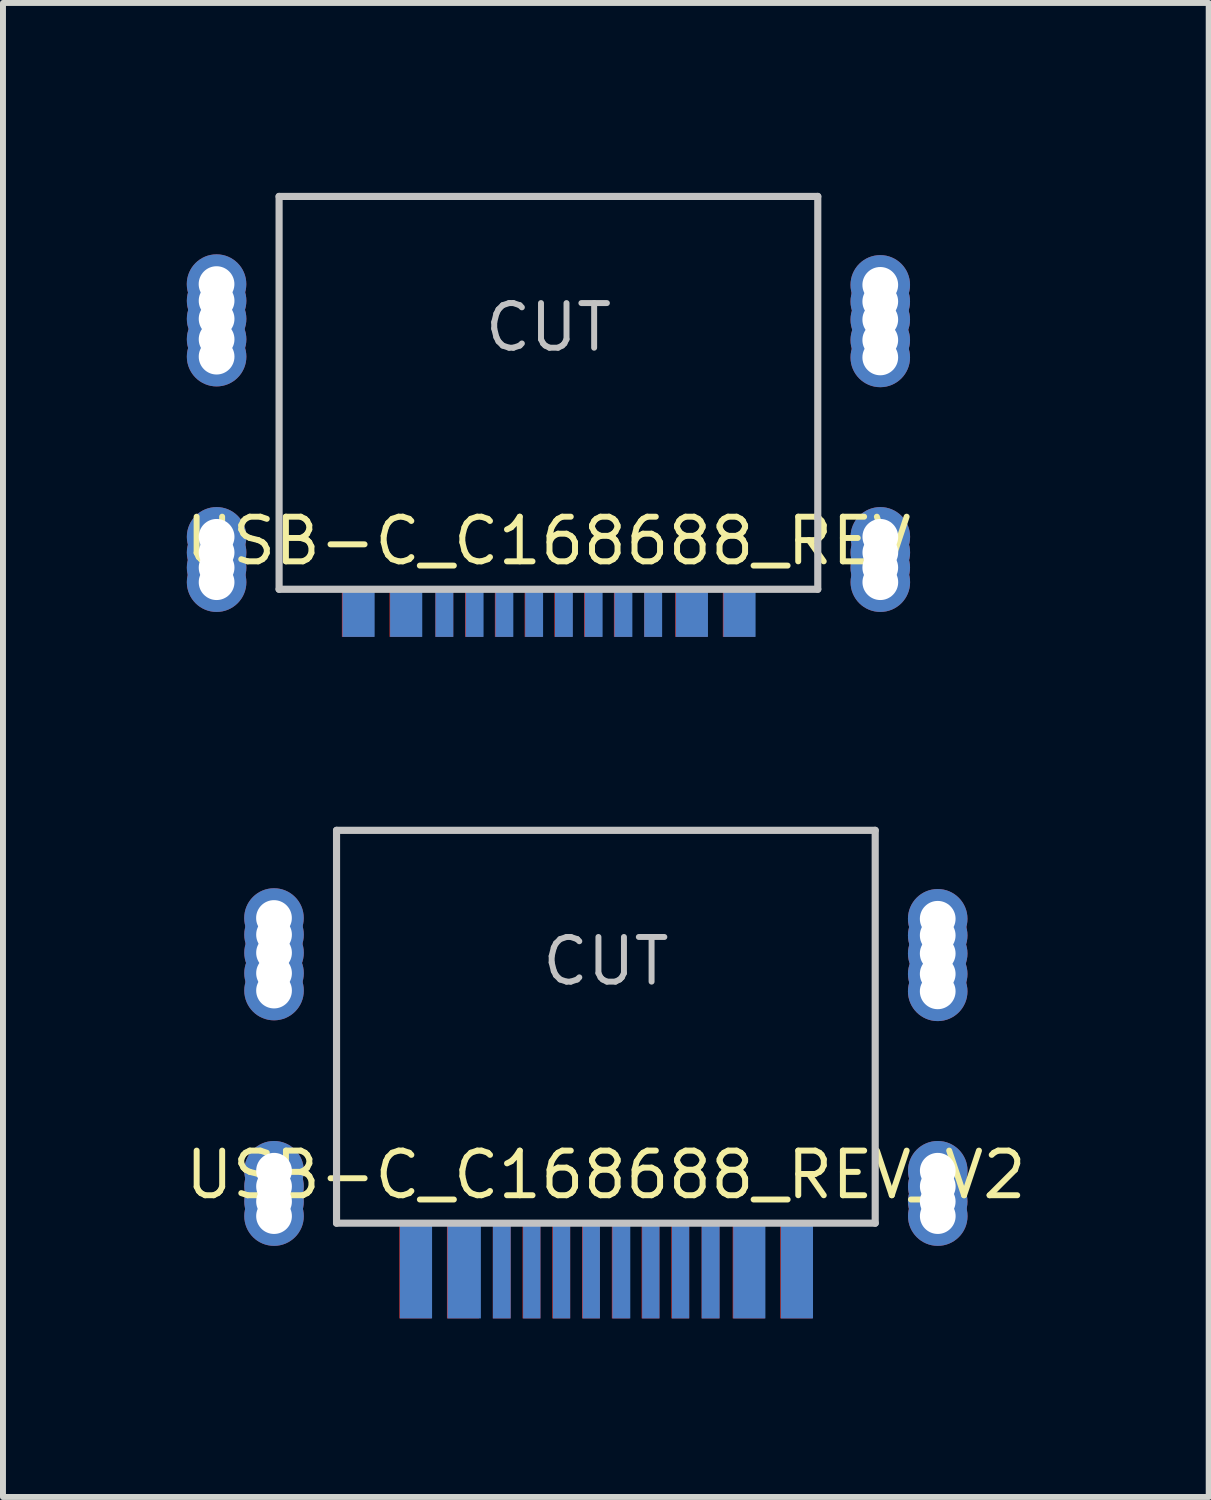
<source format=kicad_pcb>
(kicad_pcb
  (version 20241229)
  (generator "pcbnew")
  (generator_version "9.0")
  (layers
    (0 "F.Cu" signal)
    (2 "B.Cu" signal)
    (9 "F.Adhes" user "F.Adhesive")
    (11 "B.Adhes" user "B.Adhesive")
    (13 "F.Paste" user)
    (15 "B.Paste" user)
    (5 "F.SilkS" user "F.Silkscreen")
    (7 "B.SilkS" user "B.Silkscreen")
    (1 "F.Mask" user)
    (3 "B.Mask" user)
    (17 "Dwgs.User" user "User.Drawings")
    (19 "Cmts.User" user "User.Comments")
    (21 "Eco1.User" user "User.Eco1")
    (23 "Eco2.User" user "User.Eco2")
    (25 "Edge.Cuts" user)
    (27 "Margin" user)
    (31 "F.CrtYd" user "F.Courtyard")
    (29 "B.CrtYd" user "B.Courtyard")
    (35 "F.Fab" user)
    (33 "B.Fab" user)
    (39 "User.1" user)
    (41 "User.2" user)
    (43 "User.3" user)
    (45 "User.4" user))
  (footprint "USB-C_C168688_REV"
    (layer "F.Cu")
    (at 6.164 0.25)
    (property "Reference" "USB-C_C168688_REV" (at 0 5.789 180) (layer "F.SilkS") (effects (font (size 0.75 0.75) (thickness 0.1))))
    (attr smd)
    (fp_line (start -4.525 0) (end -4.525 6.6) (stroke (width 0.12) (type solid)) (layer "Dwgs.User"))
    (fp_line (start -4.525 0) (end 4.525 0) (stroke (width 0.12) (type solid)) (layer "Dwgs.User"))
    (fp_line (start -4.525 6.6) (end 4.525 6.6) (stroke (width 0.12) (type solid)) (layer "Dwgs.User"))
    (fp_line (start 4.525 0) (end 4.525 6.6) (stroke (width 0.12) (type solid)) (layer "Dwgs.User"))
    (fp_text user "CUT" (at 0 2.2 180) (layer "Dwgs.User") (effects (font (size 0.75 0.75) (thickness 0.1))))
    (pad "A1" smd rect (at -3.2 7) (size 0.54 0.8) (layers "F.Cu" "F.Mask" "F.Paste"))
    (pad "A1" smd rect (at -3.19 7) (size 0.54 0.8) (layers "B.Cu" "B.Mask" "B.Paste"))
    (pad "A1" smd rect (at 3.2 7) (size 0.54 0.8) (layers "F.Cu" "F.Mask" "F.Paste"))
    (pad "A1" smd rect (at 3.21 7) (size 0.54 0.8) (layers "B.Cu" "B.Mask" "B.Paste"))
    (pad "A4" smd rect (at -2.4 7) (size 0.54 0.8) (layers "F.Cu" "F.Mask" "F.Paste"))
    (pad "A4" smd rect (at -2.39 7) (size 0.54 0.8) (layers "B.Cu" "B.Mask" "B.Paste"))
    (pad "A4" smd rect (at 2.4 7) (size 0.54 0.8) (layers "F.Cu" "F.Mask" "F.Paste"))
    (pad "A4" smd rect (at 2.41 7) (size 0.54 0.8) (layers "B.Cu" "B.Mask" "B.Paste"))
    (pad "A5" smd rect (at -1.24 7) (size 0.3 0.8) (layers "B.Cu" "B.Mask" "B.Paste"))
    (pad "A5" smd rect (at 1.25 7) (size 0.3 0.8) (layers "F.Cu" "F.Mask" "F.Paste"))
    (pad "A6" smd rect (at -0.24 7) (size 0.3 0.8) (layers "B.Cu" "B.Mask" "B.Paste"))
    (pad "A6" smd rect (at 0.25 7) (size 0.3 0.8) (layers "F.Cu" "F.Mask" "F.Paste"))
    (pad "A7" smd rect (at -0.25 7) (size 0.3 0.8) (layers "F.Cu" "F.Mask" "F.Paste"))
    (pad "A7" smd rect (at 0.26 7) (size 0.3 0.8) (layers "B.Cu" "B.Mask" "B.Paste"))
    (pad "A8" smd rect (at -1.25 7) (size 0.3 0.8) (layers "F.Cu" "F.Mask" "F.Paste"))
    (pad "A8" smd rect (at 1.26 7) (size 0.3 0.8) (layers "B.Cu" "B.Mask" "B.Paste"))
    (pad "B5" smd rect (at -1.75 7) (size 0.3 0.8) (layers "F.Cu" "F.Mask" "F.Paste"))
    (pad "B5" smd rect (at 1.76 7) (size 0.3 0.8) (layers "B.Cu" "B.Mask" "B.Paste"))
    (pad "B6" smd rect (at -0.75 7) (size 0.3 0.8) (layers "F.Cu" "F.Mask" "F.Paste"))
    (pad "B6" smd rect (at 0.76 7) (size 0.3 0.8) (layers "B.Cu" "B.Mask" "B.Paste"))
    (pad "B7" smd rect (at -0.74 7) (size 0.3 0.8) (layers "B.Cu" "B.Mask" "B.Paste"))
    (pad "B7" smd rect (at 0.75 7) (size 0.3 0.8) (layers "F.Cu" "F.Mask" "F.Paste"))
    (pad "B8" smd rect (at -1.748 7) (size 0.3 0.8) (layers "B.Cu" "B.Mask" "B.Paste"))
    (pad "B8" smd rect (at 1.758 7) (size 0.3 0.8) (layers "F.Cu" "F.Mask" "F.Paste"))
    (pad "S1" thru_hole circle (at -5.576 1.473) (size 1 1) (drill 0.6) (layers "*.Cu" "*.Mask"))
    (pad "S1" thru_hole circle (at -5.575 1.753) (size 1 1) (drill 0.6) (layers "*.Cu" "*.Mask"))
    (pad "S1" thru_hole circle (at -5.575 2.057) (size 1 1) (drill 0.6) (layers "*.Cu" "*.Mask"))
    (pad "S1" thru_hole circle (at -5.575 2.4) (size 1 1) (drill 0.6) (layers "*.Cu" "*.Mask"))
    (pad "S1" thru_hole circle (at -5.575 2.692) (size 1 1) (drill 0.6) (layers "*.Cu" "*.Mask"))
    (pad "S1" thru_hole circle (at -5.575 6.236) (size 1 1) (drill 0.6) (layers "*.Cu" "*.Mask"))
    (pad "S1" thru_hole circle (at -5.575 5.719) (size 1 1) (drill 0.6) (layers "*.Cu" "*.Mask"))
    (pad "S1" thru_hole circle (at -5.575 5.982) (size 1 1) (drill 0.6) (layers "*.Cu" "*.Mask"))
    (pad "S1" thru_hole circle (at -5.575 6.481) (size 1 1) (drill 0.6) (layers "*.Cu" "*.Mask"))
    (pad "S1" thru_hole circle (at 5.575 1.486) (size 1 1) (drill 0.6) (layers "*.Cu" "*.Mask"))
    (pad "S1" thru_hole circle (at 5.575 1.765) (size 1 1) (drill 0.6) (layers "*.Cu" "*.Mask"))
    (pad "S1" thru_hole circle (at 5.575 2.07) (size 1 1) (drill 0.6) (layers "*.Cu" "*.Mask"))
    (pad "S1" thru_hole circle (at 5.575 2.413) (size 1 1) (drill 0.6) (layers "*.Cu" "*.Mask"))
    (pad "S1" thru_hole circle (at 5.575 2.705) (size 1 1) (drill 0.6) (layers "*.Cu" "*.Mask"))
    (pad "S1" thru_hole circle (at 5.575 6.236) (size 1 1) (drill 0.6) (layers "*.Cu" "*.Mask"))
    (pad "S1" thru_hole circle (at 5.576 5.719) (size 1 1) (drill 0.6) (layers "*.Cu" "*.Mask"))
    (pad "S1" thru_hole circle (at 5.576 5.982) (size 1 1) (drill 0.6) (layers "*.Cu" "*.Mask"))
    (pad "S1" thru_hole circle (at 5.576 6.481) (size 1 1) (drill 0.6) (layers "*.Cu" "*.Mask")))
  (footprint "USB-C_C168688_REV_V2"
    (layer "F.Cu")
    (at 7.129 10.9)
    (property "Reference" "USB-C_C168688_REV_V2" (at 0 5.789 180) (layer "F.SilkS") (effects (font (size 0.75 0.75) (thickness 0.1))))
    (attr smd)
    (fp_line (start -4.525 0) (end -4.525 6.6) (stroke (width 0.12) (type solid)) (layer "Dwgs.User"))
    (fp_line (start -4.525 0) (end 4.525 0) (stroke (width 0.12) (type solid)) (layer "Dwgs.User"))
    (fp_line (start -4.525 6.6) (end 4.525 6.6) (stroke (width 0.12) (type solid)) (layer "Dwgs.User"))
    (fp_line (start 4.525 0) (end 4.525 6.6) (stroke (width 0.12) (type solid)) (layer "Dwgs.User"))
    (fp_text user "CUT" (at 0 2.2 180) (layer "Dwgs.User") (effects (font (size 0.75 0.75) (thickness 0.1))))
    (pad "A1" smd rect (at -3.2 7.4) (size 0.54 1.6) (layers "F.Cu" "F.Mask" "F.Paste"))
    (pad "A1" smd rect (at -3.19 7.4) (size 0.54 1.6) (layers "B.Cu" "B.Mask" "B.Paste"))
    (pad "A1" smd rect (at 3.2 7.4) (size 0.54 1.6) (layers "F.Cu" "F.Mask" "F.Paste"))
    (pad "A1" smd rect (at 3.21 7.4) (size 0.54 1.6) (layers "B.Cu" "B.Mask" "B.Paste"))
    (pad "A4" smd rect (at -2.4 7.4) (size 0.54 1.6) (layers "F.Cu" "F.Mask" "F.Paste"))
    (pad "A4" smd rect (at -2.38 7.4) (size 0.56 1.6) (layers "B.Cu" "B.Mask" "B.Paste"))
    (pad "A4" smd rect (at 2.4 7.4) (size 0.54 1.6) (layers "F.Cu" "F.Mask" "F.Paste"))
    (pad "A4" smd rect (at 2.41 7.4) (size 0.54 1.6) (layers "B.Cu" "B.Mask" "B.Paste"))
    (pad "A5" smd rect (at -1.245 7.4) (size 0.29 1.6) (layers "B.Cu" "B.Mask" "B.Paste"))
    (pad "A5" smd rect (at 1.25 7.4) (size 0.3 1.6) (layers "F.Cu" "F.Mask" "F.Paste"))
    (pad "A6" smd rect (at -0.245 7.4) (size 0.29 1.6) (layers "B.Cu" "B.Mask" "B.Paste"))
    (pad "A6" smd rect (at 0.25 7.4) (size 0.3 1.6) (layers "F.Cu" "F.Mask" "F.Paste"))
    (pad "A7" smd rect (at -0.25 7.4) (size 0.3 1.6) (layers "F.Cu" "F.Mask" "F.Paste"))
    (pad "A7" smd rect (at 0.26 7.4) (size 0.3 1.6) (layers "B.Cu" "B.Mask" "B.Paste"))
    (pad "A8" smd rect (at -1.25 7.4) (size 0.3 1.6) (layers "F.Cu" "F.Mask" "F.Paste"))
    (pad "A8" smd rect (at 1.255 7.4) (size 0.29 1.6) (layers "B.Cu" "B.Mask" "B.Paste"))
    (pad "B5" smd rect (at -1.75 7.4) (size 0.3 1.6) (layers "F.Cu" "F.Mask" "F.Paste"))
    (pad "B5" smd rect (at 1.76 7.4) (size 0.3 1.6) (layers "B.Cu" "B.Mask" "B.Paste"))
    (pad "B6" smd rect (at -0.75 7.4) (size 0.3 1.6) (layers "F.Cu" "F.Mask" "F.Paste"))
    (pad "B6" smd rect (at 0.755 7.4) (size 0.29 1.6) (layers "B.Cu" "B.Mask" "B.Paste"))
    (pad "B7" smd rect (at -0.745 7.4) (size 0.29 1.6) (layers "B.Cu" "B.Mask" "B.Paste"))
    (pad "B7" smd rect (at 0.75 7.4) (size 0.3 1.6) (layers "F.Cu" "F.Mask" "F.Paste"))
    (pad "B8" smd rect (at -1.749 7.4) (size 0.298 1.6) (layers "B.Cu" "B.Mask" "B.Paste"))
    (pad "B8" smd rect (at 1.758 7.4) (size 0.3 1.6) (layers "F.Cu" "F.Mask" "F.Paste"))
    (pad "S1" thru_hole circle (at -5.576 1.473) (size 1 1) (drill 0.6) (layers "*.Cu" "*.Mask"))
    (pad "S1" thru_hole circle (at -5.575 1.753) (size 1 1) (drill 0.6) (layers "*.Cu" "*.Mask"))
    (pad "S1" thru_hole circle (at -5.575 2.057) (size 1 1) (drill 0.6) (layers "*.Cu" "*.Mask"))
    (pad "S1" thru_hole circle (at -5.575 2.4) (size 1 1) (drill 0.6) (layers "*.Cu" "*.Mask"))
    (pad "S1" thru_hole circle (at -5.575 2.692) (size 1 1) (drill 0.6) (layers "*.Cu" "*.Mask"))
    (pad "S1" thru_hole circle (at -5.575 6.236) (size 1 1) (drill 0.6) (layers "*.Cu" "*.Mask"))
    (pad "S1" thru_hole circle (at -5.575 5.719) (size 1 1) (drill 0.6) (layers "*.Cu" "*.Mask"))
    (pad "S1" thru_hole circle (at -5.575 5.982) (size 1 1) (drill 0.6) (layers "*.Cu" "*.Mask"))
    (pad "S1" thru_hole circle (at -5.575 6.481) (size 1 1) (drill 0.6) (layers "*.Cu" "*.Mask"))
    (pad "S1" thru_hole circle (at 5.575 1.486) (size 1 1) (drill 0.6) (layers "*.Cu" "*.Mask"))
    (pad "S1" thru_hole circle (at 5.575 1.765) (size 1 1) (drill 0.6) (layers "*.Cu" "*.Mask"))
    (pad "S1" thru_hole circle (at 5.575 2.07) (size 1 1) (drill 0.6) (layers "*.Cu" "*.Mask"))
    (pad "S1" thru_hole circle (at 5.575 2.413) (size 1 1) (drill 0.6) (layers "*.Cu" "*.Mask"))
    (pad "S1" thru_hole circle (at 5.575 2.705) (size 1 1) (drill 0.6) (layers "*.Cu" "*.Mask"))
    (pad "S1" thru_hole circle (at 5.575 6.236) (size 1 1) (drill 0.6) (layers "*.Cu" "*.Mask"))
    (pad "S1" thru_hole circle (at 5.576 5.719) (size 1 1) (drill 0.6) (layers "*.Cu" "*.Mask"))
    (pad "S1" thru_hole circle (at 5.576 5.982) (size 1 1) (drill 0.6) (layers "*.Cu" "*.Mask"))
    (pad "S1" thru_hole circle (at 5.576 6.481) (size 1 1) (drill 0.6) (layers "*.Cu" "*.Mask")))
  (gr_rect
    (start -3 -3)
    (end 17.257 22.1)
    (stroke (width 0.1) (type default))
    (fill no)
    (layer "Edge.Cuts")))
</source>
